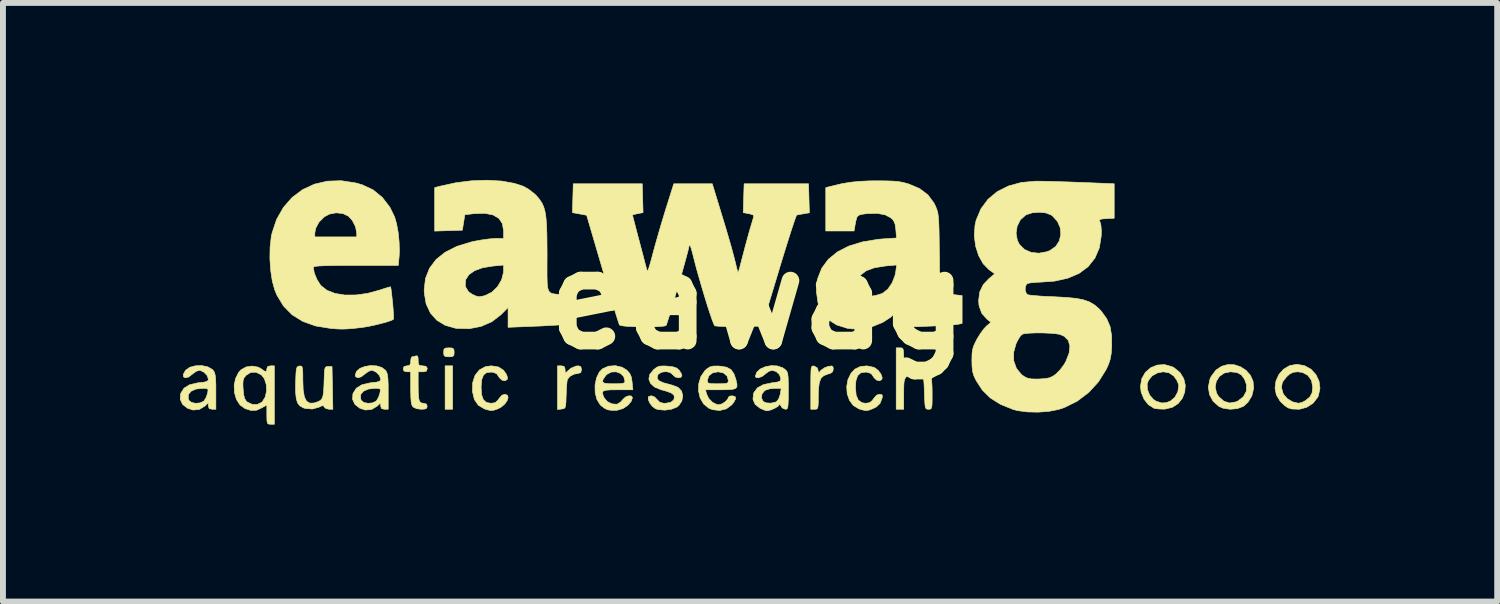
<source format=kicad_pcb>
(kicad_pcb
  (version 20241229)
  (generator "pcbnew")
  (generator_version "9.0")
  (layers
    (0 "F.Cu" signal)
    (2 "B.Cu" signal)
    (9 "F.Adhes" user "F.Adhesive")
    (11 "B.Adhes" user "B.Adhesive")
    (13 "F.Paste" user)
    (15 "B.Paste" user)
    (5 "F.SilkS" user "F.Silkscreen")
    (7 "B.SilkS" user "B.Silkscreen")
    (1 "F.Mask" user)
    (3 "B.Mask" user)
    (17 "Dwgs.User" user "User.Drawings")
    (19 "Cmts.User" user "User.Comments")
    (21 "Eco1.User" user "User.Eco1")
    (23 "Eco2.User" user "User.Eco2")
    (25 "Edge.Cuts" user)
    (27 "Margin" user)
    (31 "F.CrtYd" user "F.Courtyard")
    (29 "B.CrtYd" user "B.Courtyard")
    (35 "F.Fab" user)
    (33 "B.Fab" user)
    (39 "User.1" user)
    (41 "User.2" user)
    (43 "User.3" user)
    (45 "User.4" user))
  (footprint "eawag"
    (layer "F.Cu")
    (at 9.804 2.033)
    (property "Reference" "eawag" (at 0 0 0) (layer "F.SilkS") (effects (font (size 1.524 1.524) (thickness 0.3))))
    (attr through_hole)
    (fp_poly (pts (xy -5.182 1.854) (xy -5.309 1.854) (xy -5.309 1.118) (xy -5.182 1.118) (xy -5.182 1.854)) (stroke (width 0.01) (type solid)) (fill yes) (layer "F.SilkS"))
    (fp_poly (pts (xy -5.185 0.817) (xy -5.161 0.839) (xy -5.156 0.889) (xy -5.161 0.94) (xy -5.186 0.961) (xy -5.245 0.965) (xy -5.305 0.961) (xy -5.329 0.939) (xy -5.334 0.889) (xy -5.329 0.838) (xy -5.304 0.817) (xy -5.245 0.813) (xy -5.185 0.817)) (stroke (width 0.01) (type solid)) (fill yes) (layer "F.SilkS"))
    (fp_poly (pts (xy -3.293 1.127) (xy -3.277 1.165) (xy -3.276 1.187) (xy -3.272 1.233) (xy -3.259 1.234) (xy -3.244 1.217) (xy -3.175 1.158) (xy -3.088 1.122) (xy -3.05 1.118) (xy -3.009 1.132) (xy -2.997 1.181) (xy -3.009 1.231) (xy -3.047 1.245) (xy -3.127 1.26) (xy -3.196 1.298) (xy -3.237 1.349) (xy -3.239 1.357) (xy -3.245 1.406) (xy -3.252 1.49) (xy -3.256 1.594) (xy -3.258 1.626) (xy -3.261 1.73) (xy -3.267 1.794) (xy -3.278 1.829) (xy -3.299 1.844) (xy -3.333 1.849) (xy -3.334 1.85) (xy -3.404 1.858) (xy -3.404 1.118) (xy -3.34 1.118) (xy -3.293 1.127)) (stroke (width 0.01) (type solid)) (fill yes) (layer "F.SilkS"))
    (fp_poly (pts (xy 1.266 1.135) (xy 1.27 1.173) (xy 1.26 1.218) (xy 1.222 1.245) (xy 1.175 1.259) (xy 1.108 1.285) (xy 1.062 1.329) (xy 1.034 1.399) (xy 1.02 1.504) (xy 1.016 1.632) (xy 1.016 1.738) (xy 1.012 1.804) (xy 1.003 1.838) (xy 0.985 1.852) (xy 0.955 1.854) (xy 0.953 1.854) (xy 0.889 1.854) (xy 0.889 1.484) (xy 0.889 1.34) (xy 0.891 1.24) (xy 0.894 1.175) (xy 0.902 1.139) (xy 0.914 1.123) (xy 0.932 1.12) (xy 0.946 1.122) (xy 0.997 1.151) (xy 1.011 1.188) (xy 1.019 1.228) (xy 1.035 1.226) (xy 1.062 1.194) (xy 1.118 1.153) (xy 1.187 1.127) (xy 1.244 1.12) (xy 1.266 1.135)) (stroke (width 0.01) (type solid)) (fill yes) (layer "F.SilkS"))
    (fp_poly (pts (xy 8.07 1.1) (xy 8.174 1.135) (xy 8.267 1.195) (xy 8.34 1.277) (xy 8.385 1.379) (xy 8.396 1.495) (xy 8.366 1.623) (xy 8.36 1.636) (xy 8.299 1.735) (xy 8.225 1.803) (xy 8.12 1.843) (xy 7.997 1.854) (xy 7.878 1.836) (xy 7.809 1.807) (xy 7.708 1.718) (xy 7.647 1.604) (xy 7.628 1.479) (xy 7.744 1.479) (xy 7.767 1.58) (xy 7.801 1.637) (xy 7.89 1.717) (xy 7.988 1.748) (xy 8.096 1.729) (xy 8.128 1.715) (xy 8.222 1.642) (xy 8.272 1.548) (xy 8.275 1.439) (xy 8.242 1.346) (xy 8.188 1.271) (xy 8.113 1.231) (xy 8.004 1.219) (xy 8.001 1.219) (xy 7.895 1.241) (xy 7.814 1.299) (xy 7.762 1.382) (xy 7.744 1.479) (xy 7.628 1.479) (xy 7.628 1.477) (xy 7.654 1.346) (xy 7.676 1.298) (xy 7.756 1.191) (xy 7.853 1.125) (xy 7.96 1.096) (xy 8.07 1.1)) (stroke (width 0.01) (type solid)) (fill yes) (layer "F.SilkS"))
    (fp_poly (pts (xy -4.406 1.137) (xy -4.319 1.193) (xy -4.269 1.264) (xy -4.252 1.317) (xy -4.255 1.347) (xy -4.294 1.372) (xy -4.345 1.36) (xy -4.391 1.318) (xy -4.399 1.302) (xy -4.437 1.25) (xy -4.498 1.227) (xy -4.525 1.224) (xy -4.605 1.232) (xy -4.658 1.273) (xy -4.689 1.352) (xy -4.699 1.474) (xy -4.699 1.486) (xy -4.69 1.611) (xy -4.66 1.694) (xy -4.607 1.74) (xy -4.531 1.753) (xy -4.462 1.743) (xy -4.417 1.704) (xy -4.399 1.677) (xy -4.346 1.616) (xy -4.299 1.6) (xy -4.253 1.616) (xy -4.241 1.655) (xy -4.258 1.708) (xy -4.299 1.766) (xy -4.359 1.817) (xy -4.409 1.844) (xy -4.481 1.87) (xy -4.539 1.875) (xy -4.607 1.86) (xy -4.646 1.846) (xy -4.746 1.786) (xy -4.813 1.689) (xy -4.845 1.555) (xy -4.845 1.554) (xy -4.842 1.404) (xy -4.802 1.28) (xy -4.729 1.188) (xy -4.628 1.133) (xy -4.526 1.118) (xy -4.406 1.137)) (stroke (width 0.01) (type solid)) (fill yes) (layer "F.SilkS"))
    (fp_poly (pts (xy 1.952 1.142) (xy 1.978 1.154) (xy 2.033 1.197) (xy 2.077 1.256) (xy 2.099 1.315) (xy 2.094 1.348) (xy 2.055 1.372) (xy 2.005 1.36) (xy 1.96 1.318) (xy 1.951 1.302) (xy 1.913 1.25) (xy 1.853 1.228) (xy 1.824 1.224) (xy 1.74 1.234) (xy 1.684 1.283) (xy 1.653 1.373) (xy 1.646 1.488) (xy 1.658 1.615) (xy 1.694 1.699) (xy 1.755 1.743) (xy 1.818 1.753) (xy 1.887 1.743) (xy 1.932 1.705) (xy 1.951 1.677) (xy 2.006 1.614) (xy 2.054 1.6) (xy 2.095 1.607) (xy 2.103 1.636) (xy 2.096 1.67) (xy 2.062 1.756) (xy 2 1.814) (xy 1.938 1.845) (xy 1.868 1.871) (xy 1.811 1.875) (xy 1.744 1.86) (xy 1.703 1.846) (xy 1.61 1.79) (xy 1.544 1.701) (xy 1.506 1.591) (xy 1.498 1.47) (xy 1.519 1.351) (xy 1.572 1.243) (xy 1.639 1.173) (xy 1.731 1.129) (xy 1.842 1.119) (xy 1.952 1.142)) (stroke (width 0.01) (type solid)) (fill yes) (layer "F.SilkS"))
    (fp_poly (pts (xy 7.014 1.133) (xy 7.046 1.15) (xy 7.148 1.233) (xy 7.211 1.335) (xy 7.237 1.447) (xy 7.228 1.561) (xy 7.187 1.668) (xy 7.116 1.757) (xy 7.018 1.821) (xy 6.895 1.851) (xy 6.858 1.852) (xy 6.779 1.848) (xy 6.719 1.84) (xy 6.706 1.836) (xy 6.612 1.777) (xy 6.537 1.682) (xy 6.489 1.565) (xy 6.477 1.468) (xy 6.485 1.422) (xy 6.591 1.422) (xy 6.594 1.517) (xy 6.632 1.613) (xy 6.698 1.689) (xy 6.742 1.717) (xy 6.835 1.747) (xy 6.913 1.743) (xy 6.988 1.713) (xy 7.061 1.65) (xy 7.11 1.56) (xy 7.126 1.463) (xy 7.122 1.429) (xy 7.093 1.362) (xy 7.045 1.294) (xy 7.04 1.289) (xy 6.959 1.235) (xy 6.862 1.219) (xy 6.764 1.238) (xy 6.676 1.287) (xy 6.613 1.364) (xy 6.591 1.422) (xy 6.485 1.422) (xy 6.499 1.337) (xy 6.56 1.229) (xy 6.651 1.15) (xy 6.762 1.105) (xy 6.886 1.097) (xy 7.014 1.133)) (stroke (width 0.01) (type solid)) (fill yes) (layer "F.SilkS"))
    (fp_poly (pts (xy 9.258 1.115) (xy 9.368 1.176) (xy 9.452 1.267) (xy 9.504 1.378) (xy 9.52 1.501) (xy 9.492 1.627) (xy 9.481 1.65) (xy 9.404 1.75) (xy 9.296 1.82) (xy 9.171 1.854) (xy 9.041 1.849) (xy 8.978 1.83) (xy 8.93 1.798) (xy 8.87 1.744) (xy 8.844 1.716) (xy 8.78 1.609) (xy 8.758 1.492) (xy 8.76 1.483) (xy 8.866 1.483) (xy 8.894 1.583) (xy 8.904 1.603) (xy 8.966 1.675) (xy 9.056 1.729) (xy 9.154 1.752) (xy 9.157 1.752) (xy 9.216 1.738) (xy 9.272 1.709) (xy 9.348 1.646) (xy 9.386 1.577) (xy 9.397 1.483) (xy 9.397 1.478) (xy 9.376 1.365) (xy 9.316 1.28) (xy 9.224 1.23) (xy 9.143 1.219) (xy 9.066 1.227) (xy 9.004 1.258) (xy 8.951 1.306) (xy 8.884 1.394) (xy 8.866 1.483) (xy 8.76 1.483) (xy 8.774 1.374) (xy 8.824 1.265) (xy 8.902 1.176) (xy 9.005 1.115) (xy 9.128 1.092) (xy 9.258 1.115)) (stroke (width 0.01) (type solid)) (fill yes) (layer "F.SilkS"))
    (fp_poly (pts (xy -7.736 1.131) (xy -7.727 1.162) (xy -7.722 1.223) (xy -7.721 1.323) (xy -7.721 1.363) (xy -7.715 1.526) (xy -7.695 1.643) (xy -7.659 1.717) (xy -7.604 1.75) (xy -7.529 1.748) (xy -7.465 1.726) (xy -7.425 1.706) (xy -7.398 1.677) (xy -7.38 1.631) (xy -7.369 1.558) (xy -7.363 1.449) (xy -7.36 1.359) (xy -7.356 1.251) (xy -7.351 1.183) (xy -7.341 1.148) (xy -7.323 1.133) (xy -7.294 1.13) (xy -7.29 1.13) (xy -7.226 1.13) (xy -7.212 1.854) (xy -7.277 1.854) (xy -7.331 1.841) (xy -7.357 1.817) (xy -7.372 1.794) (xy -7.403 1.797) (xy -7.443 1.817) (xy -7.559 1.85) (xy -7.68 1.84) (xy -7.714 1.829) (xy -7.77 1.797) (xy -7.809 1.749) (xy -7.832 1.677) (xy -7.843 1.572) (xy -7.844 1.426) (xy -7.843 1.406) (xy -7.839 1.285) (xy -7.834 1.205) (xy -7.826 1.158) (xy -7.813 1.134) (xy -7.792 1.124) (xy -7.779 1.122) (xy -7.753 1.121) (xy -7.736 1.131)) (stroke (width 0.01) (type solid)) (fill yes) (layer "F.SilkS"))
    (fp_poly (pts (xy -5.767 0.983) (xy -5.766 1.026) (xy -5.762 1.087) (xy -5.742 1.112) (xy -5.692 1.118) (xy -5.69 1.118) (xy -5.634 1.126) (xy -5.614 1.155) (xy -5.613 1.168) (xy -5.625 1.206) (xy -5.67 1.219) (xy -5.69 1.219) (xy -5.766 1.219) (xy -5.766 1.446) (xy -5.764 1.576) (xy -5.758 1.664) (xy -5.744 1.717) (xy -5.72 1.744) (xy -5.684 1.752) (xy -5.674 1.753) (xy -5.626 1.766) (xy -5.613 1.803) (xy -5.622 1.837) (xy -5.657 1.851) (xy -5.713 1.854) (xy -5.792 1.844) (xy -5.849 1.818) (xy -5.853 1.814) (xy -5.872 1.784) (xy -5.884 1.733) (xy -5.89 1.652) (xy -5.893 1.53) (xy -5.893 1.497) (xy -5.893 1.219) (xy -5.956 1.219) (xy -6.006 1.207) (xy -6.02 1.168) (xy -6.005 1.129) (xy -5.956 1.118) (xy -5.911 1.109) (xy -5.894 1.075) (xy -5.893 1.041) (xy -5.886 0.988) (xy -5.87 0.965) (xy -5.869 0.965) (xy -5.827 0.957) (xy -5.806 0.95) (xy -5.779 0.949) (xy -5.767 0.983)) (stroke (width 0.01) (type solid)) (fill yes) (layer "F.SilkS"))
    (fp_poly (pts (xy 2.432 0.815) (xy 2.45 0.828) (xy 2.46 0.863) (xy 2.463 0.929) (xy 2.464 1.02) (xy 2.464 1.121) (xy 2.468 1.18) (xy 2.476 1.203) (xy 2.492 1.2) (xy 2.511 1.184) (xy 2.593 1.138) (xy 2.69 1.122) (xy 2.788 1.136) (xy 2.87 1.176) (xy 2.918 1.235) (xy 2.93 1.286) (xy 2.939 1.374) (xy 2.945 1.485) (xy 2.946 1.576) (xy 2.946 1.698) (xy 2.944 1.777) (xy 2.937 1.824) (xy 2.925 1.847) (xy 2.905 1.854) (xy 2.885 1.854) (xy 2.858 1.852) (xy 2.841 1.841) (xy 2.829 1.812) (xy 2.823 1.755) (xy 2.818 1.663) (xy 2.815 1.573) (xy 2.81 1.446) (xy 2.804 1.361) (xy 2.793 1.307) (xy 2.777 1.274) (xy 2.757 1.255) (xy 2.674 1.222) (xy 2.588 1.237) (xy 2.526 1.282) (xy 2.498 1.314) (xy 2.479 1.349) (xy 2.469 1.4) (xy 2.465 1.478) (xy 2.464 1.594) (xy 2.464 1.854) (xy 2.337 1.854) (xy 2.337 0.813) (xy 2.4 0.813) (xy 2.432 0.815)) (stroke (width 0.01) (type solid)) (fill yes) (layer "F.SilkS"))
    (fp_poly (pts (xy -8.204 2.108) (xy -8.268 2.108) (xy -8.302 2.105) (xy -8.321 2.089) (xy -8.329 2.048) (xy -8.331 1.97) (xy -8.331 1.943) (xy -8.331 1.779) (xy -8.414 1.829) (xy -8.507 1.871) (xy -8.6 1.874) (xy -8.701 1.842) (xy -8.786 1.781) (xy -8.846 1.688) (xy -8.879 1.574) (xy -8.885 1.451) (xy -8.881 1.43) (xy -8.737 1.43) (xy -8.733 1.513) (xy -8.723 1.612) (xy -8.707 1.674) (xy -8.68 1.716) (xy -8.664 1.731) (xy -8.581 1.771) (xy -8.492 1.772) (xy -8.416 1.735) (xy -8.409 1.729) (xy -8.358 1.647) (xy -8.335 1.542) (xy -8.341 1.433) (xy -8.373 1.335) (xy -8.424 1.271) (xy -8.515 1.226) (xy -8.604 1.229) (xy -8.683 1.279) (xy -8.685 1.281) (xy -8.717 1.321) (xy -8.733 1.365) (xy -8.737 1.43) (xy -8.881 1.43) (xy -8.861 1.332) (xy -8.808 1.228) (xy -8.768 1.185) (xy -8.682 1.137) (xy -8.578 1.122) (xy -8.478 1.14) (xy -8.432 1.165) (xy -8.373 1.206) (xy -8.343 1.215) (xy -8.332 1.192) (xy -8.331 1.168) (xy -8.316 1.129) (xy -8.268 1.118) (xy -8.204 1.118) (xy -8.204 2.108)) (stroke (width 0.01) (type solid)) (fill yes) (layer "F.SilkS"))
    (fp_poly (pts (xy -1.54 1.123) (xy -1.445 1.135) (xy -1.384 1.156) (xy -1.343 1.192) (xy -1.342 1.192) (xy -1.308 1.246) (xy -1.295 1.286) (xy -1.314 1.314) (xy -1.359 1.32) (xy -1.409 1.306) (xy -1.447 1.272) (xy -1.448 1.27) (xy -1.494 1.231) (xy -1.564 1.216) (xy -1.637 1.225) (xy -1.693 1.257) (xy -1.703 1.272) (xy -1.716 1.325) (xy -1.69 1.367) (xy -1.62 1.402) (xy -1.542 1.423) (xy -1.455 1.447) (xy -1.382 1.474) (xy -1.356 1.487) (xy -1.3 1.548) (xy -1.281 1.629) (xy -1.297 1.714) (xy -1.347 1.789) (xy -1.378 1.815) (xy -1.471 1.853) (xy -1.585 1.869) (xy -1.695 1.86) (xy -1.743 1.845) (xy -1.795 1.806) (xy -1.839 1.75) (xy -1.865 1.691) (xy -1.865 1.647) (xy -1.861 1.64) (xy -1.814 1.625) (xy -1.758 1.646) (xy -1.717 1.689) (xy -1.672 1.735) (xy -1.608 1.752) (xy -1.579 1.753) (xy -1.486 1.738) (xy -1.434 1.696) (xy -1.422 1.645) (xy -1.435 1.609) (xy -1.477 1.578) (xy -1.557 1.548) (xy -1.646 1.524) (xy -1.757 1.479) (xy -1.827 1.416) (xy -1.856 1.341) (xy -1.839 1.261) (xy -1.774 1.182) (xy -1.773 1.181) (xy -1.721 1.142) (xy -1.67 1.123) (xy -1.603 1.12) (xy -1.54 1.123)) (stroke (width 0.01) (type solid)) (fill yes) (layer "F.SilkS"))
    (fp_poly (pts (xy -2.309 1.142) (xy -2.232 1.189) (xy -2.18 1.246) (xy -2.152 1.311) (xy -2.14 1.392) (xy -2.127 1.524) (xy -2.384 1.524) (xy -2.508 1.525) (xy -2.588 1.532) (xy -2.631 1.547) (xy -2.642 1.576) (xy -2.63 1.622) (xy -2.613 1.661) (xy -2.561 1.723) (xy -2.484 1.762) (xy -2.404 1.769) (xy -2.389 1.766) (xy -2.335 1.732) (xy -2.295 1.687) (xy -2.253 1.648) (xy -2.201 1.627) (xy -2.156 1.628) (xy -2.134 1.654) (xy -2.134 1.658) (xy -2.155 1.72) (xy -2.21 1.785) (xy -2.284 1.836) (xy -2.301 1.844) (xy -2.397 1.872) (xy -2.499 1.871) (xy -2.556 1.862) (xy -2.607 1.837) (xy -2.668 1.79) (xy -2.681 1.777) (xy -2.737 1.686) (xy -2.766 1.571) (xy -2.768 1.446) (xy -2.756 1.388) (xy -2.64 1.388) (xy -2.611 1.411) (xy -2.539 1.421) (xy -2.451 1.422) (xy -2.353 1.421) (xy -2.295 1.415) (xy -2.268 1.402) (xy -2.261 1.379) (xy -2.261 1.377) (xy -2.282 1.3) (xy -2.336 1.246) (xy -2.411 1.219) (xy -2.491 1.223) (xy -2.565 1.261) (xy -2.589 1.286) (xy -2.632 1.348) (xy -2.64 1.388) (xy -2.756 1.388) (xy -2.744 1.326) (xy -2.696 1.225) (xy -2.642 1.169) (xy -2.54 1.124) (xy -2.423 1.115) (xy -2.309 1.142)) (stroke (width 0.01) (type solid)) (fill yes) (layer "F.SilkS"))
    (fp_poly (pts (xy -0.65 1.123) (xy -0.539 1.141) (xy -0.463 1.182) (xy -0.412 1.256) (xy -0.38 1.351) (xy -0.363 1.424) (xy -0.363 1.473) (xy -0.387 1.502) (xy -0.443 1.518) (xy -0.537 1.523) (xy -0.637 1.524) (xy -0.895 1.524) (xy -0.878 1.594) (xy -0.84 1.672) (xy -0.776 1.737) (xy -0.701 1.774) (xy -0.672 1.778) (xy -0.613 1.762) (xy -0.554 1.722) (xy -0.515 1.675) (xy -0.508 1.651) (xy -0.486 1.632) (xy -0.445 1.626) (xy -0.393 1.639) (xy -0.385 1.678) (xy -0.42 1.741) (xy -0.452 1.78) (xy -0.543 1.847) (xy -0.656 1.875) (xy -0.776 1.861) (xy -0.838 1.837) (xy -0.927 1.764) (xy -0.986 1.663) (xy -1.014 1.543) (xy -1.01 1.419) (xy -0.993 1.363) (xy -0.864 1.363) (xy -0.86 1.394) (xy -0.844 1.412) (xy -0.802 1.42) (xy -0.725 1.422) (xy -0.686 1.422) (xy -0.593 1.421) (xy -0.539 1.415) (xy -0.515 1.401) (xy -0.508 1.376) (xy -0.508 1.367) (xy -0.53 1.291) (xy -0.591 1.239) (xy -0.681 1.219) (xy -0.681 1.219) (xy -0.774 1.237) (xy -0.838 1.286) (xy -0.863 1.357) (xy -0.864 1.363) (xy -0.993 1.363) (xy -0.974 1.3) (xy -0.905 1.199) (xy -0.873 1.17) (xy -0.822 1.137) (xy -0.766 1.122) (xy -0.686 1.121) (xy -0.65 1.123)) (stroke (width 0.01) (type solid)) (fill yes) (layer "F.SilkS"))
    (fp_poly (pts (xy -6.469 1.119) (xy -6.381 1.146) (xy -6.319 1.195) (xy -6.299 1.227) (xy -6.286 1.273) (xy -6.278 1.343) (xy -6.274 1.446) (xy -6.274 1.552) (xy -6.274 1.854) (xy -6.337 1.854) (xy -6.386 1.843) (xy -6.401 1.802) (xy -6.401 1.799) (xy -6.401 1.744) (xy -6.459 1.799) (xy -6.554 1.857) (xy -6.661 1.867) (xy -6.756 1.836) (xy -6.838 1.771) (xy -6.878 1.686) (xy -6.877 1.674) (xy -6.742 1.674) (xy -6.729 1.706) (xy -6.685 1.74) (xy -6.615 1.753) (xy -6.54 1.746) (xy -6.48 1.717) (xy -6.471 1.708) (xy -6.438 1.652) (xy -6.414 1.581) (xy -6.406 1.528) (xy -6.418 1.505) (xy -6.463 1.499) (xy -6.499 1.499) (xy -6.613 1.512) (xy -6.695 1.549) (xy -6.74 1.604) (xy -6.742 1.674) (xy -6.877 1.674) (xy -6.872 1.591) (xy -6.869 1.584) (xy -6.814 1.497) (xy -6.72 1.439) (xy -6.584 1.407) (xy -6.557 1.404) (xy -6.469 1.394) (xy -6.421 1.38) (xy -6.403 1.358) (xy -6.401 1.343) (xy -6.422 1.282) (xy -6.474 1.227) (xy -6.537 1.196) (xy -6.554 1.194) (xy -6.607 1.211) (xy -6.665 1.253) (xy -6.67 1.257) (xy -6.732 1.304) (xy -6.787 1.32) (xy -6.824 1.304) (xy -6.833 1.274) (xy -6.81 1.21) (xy -6.75 1.16) (xy -6.666 1.128) (xy -6.568 1.113) (xy -6.469 1.119)) (stroke (width 0.01) (type solid)) (fill yes) (layer "F.SilkS"))
    (fp_poly (pts (xy -9.33 1.136) (xy -9.252 1.182) (xy -9.24 1.195) (xy -9.22 1.227) (xy -9.207 1.273) (xy -9.199 1.343) (xy -9.195 1.446) (xy -9.195 1.552) (xy -9.195 1.854) (xy -9.258 1.854) (xy -9.307 1.843) (xy -9.322 1.802) (xy -9.322 1.799) (xy -9.322 1.744) (xy -9.38 1.799) (xy -9.475 1.857) (xy -9.582 1.867) (xy -9.677 1.836) (xy -9.759 1.771) (xy -9.799 1.686) (xy -9.798 1.674) (xy -9.663 1.674) (xy -9.65 1.706) (xy -9.606 1.74) (xy -9.536 1.753) (xy -9.461 1.746) (xy -9.401 1.717) (xy -9.392 1.708) (xy -9.359 1.652) (xy -9.335 1.581) (xy -9.327 1.528) (xy -9.339 1.505) (xy -9.384 1.499) (xy -9.42 1.499) (xy -9.534 1.512) (xy -9.616 1.549) (xy -9.661 1.604) (xy -9.663 1.674) (xy -9.798 1.674) (xy -9.793 1.591) (xy -9.79 1.584) (xy -9.735 1.497) (xy -9.641 1.439) (xy -9.505 1.407) (xy -9.478 1.404) (xy -9.39 1.394) (xy -9.342 1.38) (xy -9.324 1.358) (xy -9.322 1.343) (xy -9.343 1.282) (xy -9.395 1.227) (xy -9.458 1.196) (xy -9.475 1.194) (xy -9.528 1.211) (xy -9.586 1.253) (xy -9.591 1.257) (xy -9.657 1.307) (xy -9.711 1.321) (xy -9.744 1.305) (xy -9.747 1.262) (xy -9.71 1.197) (xy -9.708 1.194) (xy -9.638 1.143) (xy -9.54 1.117) (xy -9.431 1.114) (xy -9.33 1.136)) (stroke (width 0.01) (type solid)) (fill yes) (layer "F.SilkS"))
    (fp_poly (pts (xy 0.32 1.119) (xy 0.411 1.15) (xy 0.441 1.17) (xy 0.469 1.194) (xy 0.488 1.22) (xy 0.499 1.257) (xy 0.505 1.316) (xy 0.508 1.407) (xy 0.508 1.538) (xy 0.508 1.539) (xy 0.508 1.67) (xy 0.505 1.759) (xy 0.5 1.813) (xy 0.49 1.842) (xy 0.474 1.853) (xy 0.456 1.854) (xy 0.406 1.832) (xy 0.382 1.797) (xy 0.364 1.766) (xy 0.357 1.773) (xy 0.335 1.802) (xy 0.282 1.835) (xy 0.216 1.864) (xy 0.157 1.879) (xy 0.147 1.88) (xy 0.104 1.869) (xy 0.041 1.842) (xy 0.027 1.835) (xy -0.055 1.77) (xy -0.091 1.685) (xy -0.089 1.663) (xy 0.053 1.663) (xy 0.081 1.722) (xy 0.135 1.746) (xy 0.21 1.751) (xy 0.284 1.736) (xy 0.313 1.721) (xy 0.346 1.676) (xy 0.37 1.606) (xy 0.372 1.594) (xy 0.388 1.499) (xy 0.276 1.499) (xy 0.192 1.508) (xy 0.122 1.53) (xy 0.107 1.538) (xy 0.062 1.594) (xy 0.053 1.663) (xy -0.089 1.663) (xy -0.081 1.588) (xy -0.075 1.572) (xy -0.016 1.492) (xy 0.084 1.437) (xy 0.229 1.406) (xy 0.244 1.404) (xy 0.324 1.393) (xy 0.365 1.378) (xy 0.38 1.352) (xy 0.381 1.334) (xy 0.358 1.266) (xy 0.302 1.214) (xy 0.232 1.194) (xy 0.176 1.212) (xy 0.119 1.255) (xy 0.117 1.257) (xy 0.066 1.296) (xy 0.011 1.318) (xy -0.034 1.32) (xy -0.051 1.297) (xy -0.028 1.228) (xy 0.032 1.172) (xy 0.119 1.133) (xy 0.218 1.115) (xy 0.32 1.119)) (stroke (width 0.01) (type solid)) (fill yes) (layer "F.SilkS"))
    (fp_poly (pts (xy -6.824 -1.982) (xy -6.712 -1.95) (xy -6.529 -1.864) (xy -6.372 -1.735) (xy -6.244 -1.568) (xy -6.165 -1.405) (xy -6.132 -1.29) (xy -6.105 -1.144) (xy -6.089 -0.984) (xy -6.084 -0.83) (xy -6.088 -0.743) (xy -6.103 -0.584) (xy -6.823 -0.584) (xy -7.043 -0.584) (xy -7.217 -0.582) (xy -7.349 -0.579) (xy -7.443 -0.575) (xy -7.503 -0.569) (xy -7.536 -0.561) (xy -7.544 -0.552) (xy -7.527 -0.456) (xy -7.483 -0.349) (xy -7.423 -0.253) (xy -7.413 -0.241) (xy -7.312 -0.162) (xy -7.175 -0.109) (xy -7.009 -0.082) (xy -6.823 -0.083) (xy -6.624 -0.11) (xy -6.425 -0.164) (xy -6.337 -0.193) (xy -6.27 -0.213) (xy -6.236 -0.222) (xy -6.234 -0.221) (xy -6.227 -0.19) (xy -6.218 -0.122) (xy -6.208 -0.03) (xy -6.197 0.072) (xy -6.189 0.173) (xy -6.183 0.257) (xy -6.182 0.313) (xy -6.183 0.327) (xy -6.215 0.346) (xy -6.285 0.37) (xy -6.38 0.397) (xy -6.489 0.424) (xy -6.6 0.448) (xy -6.7 0.465) (xy -6.731 0.469) (xy -6.866 0.484) (xy -6.966 0.492) (xy -7.048 0.495) (xy -7.127 0.493) (xy -7.219 0.486) (xy -7.253 0.483) (xy -7.505 0.442) (xy -7.721 0.365) (xy -7.902 0.253) (xy -8.048 0.105) (xy -8.16 -0.08) (xy -8.198 -0.172) (xy -8.239 -0.321) (xy -8.266 -0.502) (xy -8.279 -0.698) (xy -8.276 -0.893) (xy -8.256 -1.069) (xy -8.244 -1.128) (xy -8.243 -1.132) (xy -7.518 -1.132) (xy -7.518 -1.067) (xy -6.807 -1.067) (xy -6.807 -1.131) (xy -6.828 -1.241) (xy -6.883 -1.348) (xy -6.947 -1.418) (xy -7.043 -1.464) (xy -7.158 -1.476) (xy -7.273 -1.453) (xy -7.357 -1.408) (xy -7.448 -1.317) (xy -7.504 -1.212) (xy -7.518 -1.132) (xy -8.243 -1.132) (xy -8.166 -1.363) (xy -8.05 -1.567) (xy -7.902 -1.736) (xy -7.726 -1.868) (xy -7.526 -1.961) (xy -7.306 -2.012) (xy -7.071 -2.02) (xy -6.824 -1.982)) (stroke (width 0.01) (type solid)) (fill yes) (layer "F.SilkS"))
    (fp_poly (pts (xy -4.352 -2.014) (xy -4.135 -1.975) (xy -3.982 -1.925) (xy -3.894 -1.875) (xy -3.803 -1.805) (xy -3.761 -1.765) (xy -3.711 -1.706) (xy -3.67 -1.646) (xy -3.639 -1.579) (xy -3.616 -1.498) (xy -3.6 -1.397) (xy -3.59 -1.269) (xy -3.584 -1.108) (xy -3.582 -0.906) (xy -3.581 -0.759) (xy -3.582 -0.561) (xy -3.582 -0.408) (xy -3.579 -0.294) (xy -3.572 -0.213) (xy -3.557 -0.159) (xy -3.533 -0.126) (xy -3.498 -0.108) (xy -3.449 -0.099) (xy -3.385 -0.093) (xy -3.334 -0.088) (xy -3.175 -0.071) (xy -3.175 0.4) (xy -3.27 0.415) (xy -3.327 0.421) (xy -3.424 0.428) (xy -3.551 0.435) (xy -3.695 0.443) (xy -3.804 0.447) (xy -4.242 0.465) (xy -4.242 0.129) (xy -4.364 0.252) (xy -4.517 0.37) (xy -4.698 0.449) (xy -4.898 0.488) (xy -5.11 0.483) (xy -5.134 0.48) (xy -5.308 0.431) (xy -5.451 0.344) (xy -5.559 0.222) (xy -5.631 0.067) (xy -5.662 -0.116) (xy -5.664 -0.167) (xy -5.655 -0.248) (xy -4.968 -0.248) (xy -4.962 -0.219) (xy -4.914 -0.139) (xy -4.851 -0.095) (xy -4.783 -0.064) (xy -4.733 -0.053) (xy -4.675 -0.062) (xy -4.625 -0.076) (xy -4.514 -0.132) (xy -4.419 -0.225) (xy -4.351 -0.342) (xy -4.319 -0.469) (xy -4.318 -0.498) (xy -4.318 -0.591) (xy -4.502 -0.573) (xy -4.674 -0.545) (xy -4.81 -0.495) (xy -4.906 -0.428) (xy -4.96 -0.344) (xy -4.968 -0.248) (xy -5.655 -0.248) (xy -5.642 -0.363) (xy -5.574 -0.535) (xy -5.463 -0.684) (xy -5.307 -0.808) (xy -5.109 -0.908) (xy -4.869 -0.981) (xy -4.817 -0.993) (xy -4.696 -1.015) (xy -4.575 -1.032) (xy -4.476 -1.04) (xy -4.451 -1.041) (xy -4.318 -1.041) (xy -4.318 -1.17) (xy -4.338 -1.292) (xy -4.398 -1.382) (xy -4.497 -1.44) (xy -4.635 -1.467) (xy -4.813 -1.462) (xy -4.825 -1.461) (xy -4.975 -1.443) (xy -4.996 -1.312) (xy -5.017 -1.181) (xy -5.486 -1.166) (xy -5.486 -1.903) (xy -5.391 -1.928) (xy -5.125 -1.986) (xy -4.857 -2.019) (xy -4.596 -2.028) (xy -4.352 -2.014)) (stroke (width 0.01) (type solid)) (fill yes) (layer "F.SilkS"))
    (fp_poly (pts (xy 2.164 -2.017) (xy 2.282 -2.013) (xy 2.376 -2.005) (xy 2.456 -1.99) (xy 2.537 -1.968) (xy 2.553 -1.963) (xy 2.734 -1.886) (xy 2.874 -1.78) (xy 2.976 -1.643) (xy 3 -1.595) (xy 3.018 -1.552) (xy 3.033 -1.51) (xy 3.044 -1.463) (xy 3.052 -1.403) (xy 3.058 -1.323) (xy 3.062 -1.216) (xy 3.065 -1.076) (xy 3.067 -0.895) (xy 3.069 -0.795) (xy 3.071 -0.591) (xy 3.072 -0.433) (xy 3.076 -0.313) (xy 3.083 -0.227) (xy 3.097 -0.168) (xy 3.118 -0.132) (xy 3.148 -0.111) (xy 3.19 -0.101) (xy 3.246 -0.095) (xy 3.308 -0.089) (xy 3.454 -0.073) (xy 3.454 0.4) (xy 3.382 0.414) (xy 3.334 0.42) (xy 3.245 0.427) (xy 3.124 0.434) (xy 2.983 0.442) (xy 2.862 0.447) (xy 2.413 0.465) (xy 2.413 0.09) (xy 2.352 0.179) (xy 2.249 0.29) (xy 2.109 0.381) (xy 1.945 0.448) (xy 1.769 0.486) (xy 1.593 0.492) (xy 1.507 0.481) (xy 1.328 0.425) (xy 1.184 0.334) (xy 1.079 0.209) (xy 1.012 0.052) (xy 0.985 -0.135) (xy 0.984 -0.172) (xy 0.995 -0.265) (xy 1.676 -0.265) (xy 1.699 -0.183) (xy 1.759 -0.11) (xy 1.829 -0.068) (xy 1.893 -0.061) (xy 1.981 -0.073) (xy 2.072 -0.099) (xy 2.114 -0.117) (xy 2.197 -0.184) (xy 2.267 -0.287) (xy 2.315 -0.408) (xy 2.328 -0.468) (xy 2.345 -0.592) (xy 2.147 -0.574) (xy 1.965 -0.544) (xy 1.827 -0.493) (xy 1.733 -0.42) (xy 1.684 -0.327) (xy 1.676 -0.265) (xy 0.995 -0.265) (xy 1.008 -0.367) (xy 1.076 -0.539) (xy 1.187 -0.688) (xy 1.34 -0.813) (xy 1.533 -0.912) (xy 1.764 -0.983) (xy 2.033 -1.027) (xy 2.117 -1.034) (xy 2.342 -1.049) (xy 2.331 -1.189) (xy 2.318 -1.283) (xy 2.292 -1.344) (xy 2.253 -1.386) (xy 2.152 -1.441) (xy 2.013 -1.467) (xy 1.839 -1.462) (xy 1.829 -1.461) (xy 1.746 -1.449) (xy 1.696 -1.432) (xy 1.668 -1.396) (xy 1.651 -1.329) (xy 1.639 -1.264) (xy 1.623 -1.168) (xy 1.383 -1.168) (xy 1.143 -1.168) (xy 1.143 -1.903) (xy 1.238 -1.927) (xy 1.405 -1.967) (xy 1.556 -1.993) (xy 1.71 -2.009) (xy 1.886 -2.017) (xy 2.007 -2.018) (xy 2.164 -2.017)) (stroke (width 0.01) (type solid)) (fill yes) (layer "F.SilkS"))
    (fp_poly (pts (xy -1.961 -1.724) (xy -1.954 -1.479) (xy -2.044 -1.462) (xy -2.103 -1.449) (xy -2.133 -1.439) (xy -2.134 -1.438) (xy -2.127 -1.412) (xy -2.11 -1.345) (xy -2.084 -1.246) (xy -2.052 -1.122) (xy -2.023 -1.014) (xy -1.985 -0.87) (xy -1.95 -0.738) (xy -1.922 -0.628) (xy -1.901 -0.55) (xy -1.894 -0.521) (xy -1.885 -0.497) (xy -1.874 -0.498) (xy -1.859 -0.531) (xy -1.837 -0.601) (xy -1.806 -0.712) (xy -1.79 -0.775) (xy -1.751 -0.918) (xy -1.702 -1.091) (xy -1.648 -1.277) (xy -1.593 -1.458) (xy -1.569 -1.537) (xy -1.433 -1.968) (xy -0.781 -1.968) (xy -0.608 -1.401) (xy -0.555 -1.227) (xy -0.505 -1.057) (xy -0.46 -0.901) (xy -0.424 -0.769) (xy -0.399 -0.672) (xy -0.392 -0.644) (xy -0.371 -0.556) (xy -0.354 -0.491) (xy -0.343 -0.463) (xy -0.342 -0.462) (xy -0.333 -0.489) (xy -0.314 -0.554) (xy -0.289 -0.65) (xy -0.259 -0.766) (xy -0.256 -0.775) (xy -0.221 -0.912) (xy -0.183 -1.05) (xy -0.15 -1.17) (xy -0.128 -1.245) (xy -0.102 -1.33) (xy -0.083 -1.396) (xy -0.076 -1.428) (xy -0.098 -1.444) (xy -0.153 -1.46) (xy -0.166 -1.462) (xy -0.256 -1.479) (xy -0.241 -1.968) (xy 0.851 -1.968) (xy 0.858 -1.722) (xy 0.865 -1.476) (xy 0.769 -1.46) (xy 0.701 -1.448) (xy 0.656 -1.439) (xy 0.651 -1.438) (xy 0.639 -1.414) (xy 0.614 -1.346) (xy 0.578 -1.239) (xy 0.533 -1.1) (xy 0.481 -0.934) (xy 0.422 -0.745) (xy 0.359 -0.539) (xy 0.346 -0.494) (xy 0.062 0.445) (xy -0.329 0.452) (xy -0.465 0.453) (xy -0.584 0.451) (xy -0.675 0.447) (xy -0.73 0.441) (xy -0.741 0.437) (xy -0.758 0.403) (xy -0.786 0.329) (xy -0.823 0.221) (xy -0.866 0.089) (xy -0.912 -0.061) (xy -0.959 -0.219) (xy -1.005 -0.378) (xy -1.048 -0.529) (xy -1.079 -0.648) (xy -1.112 -0.779) (xy -1.136 -0.867) (xy -1.153 -0.915) (xy -1.164 -0.93) (xy -1.173 -0.917) (xy -1.181 -0.881) (xy -1.182 -0.876) (xy -1.194 -0.825) (xy -1.218 -0.736) (xy -1.25 -0.618) (xy -1.289 -0.478) (xy -1.333 -0.326) (xy -1.379 -0.168) (xy -1.424 -0.014) (xy -1.467 0.13) (xy -1.504 0.254) (xy -1.535 0.352) (xy -1.555 0.414) (xy -1.563 0.433) (xy -1.594 0.444) (xy -1.665 0.451) (xy -1.765 0.456) (xy -1.882 0.458) (xy -2.006 0.458) (xy -2.126 0.454) (xy -2.231 0.448) (xy -2.309 0.439) (xy -2.35 0.428) (xy -2.354 0.425) (xy -2.365 0.395) (xy -2.389 0.321) (xy -2.424 0.209) (xy -2.467 0.065) (xy -2.519 -0.105) (xy -2.575 -0.296) (xy -2.636 -0.502) (xy -2.642 -0.521) (xy -2.91 -1.435) (xy -3.031 -1.457) (xy -3.151 -1.479) (xy -3.144 -1.724) (xy -3.137 -1.968) (xy -1.968 -1.968) (xy -1.961 -1.724)) (stroke (width 0.01) (type solid)) (fill yes) (layer "F.SilkS"))
    (fp_poly (pts (xy 4.794 -2.011) (xy 4.923 -2.009) (xy 5.081 -2.004) (xy 5.255 -1.999) (xy 5.435 -1.992) (xy 5.474 -1.991) (xy 6.032 -1.968) (xy 6.032 -1.384) (xy 5.899 -1.377) (xy 5.822 -1.371) (xy 5.787 -1.361) (xy 5.782 -1.342) (xy 5.794 -1.316) (xy 5.807 -1.263) (xy 5.814 -1.175) (xy 5.812 -1.083) (xy 5.78 -0.882) (xy 5.705 -0.708) (xy 5.591 -0.564) (xy 5.438 -0.45) (xy 5.247 -0.368) (xy 5.021 -0.318) (xy 4.802 -0.302) (xy 4.699 -0.297) (xy 4.614 -0.289) (xy 4.561 -0.277) (xy 4.553 -0.273) (xy 4.526 -0.226) (xy 4.523 -0.162) (xy 4.543 -0.107) (xy 4.566 -0.088) (xy 4.605 -0.08) (xy 4.686 -0.072) (xy 4.798 -0.063) (xy 4.932 -0.056) (xy 5.029 -0.052) (xy 5.23 -0.041) (xy 5.389 -0.025) (xy 5.515 0.000041) (xy 5.615 0.036) (xy 5.698 0.085) (xy 5.774 0.15) (xy 5.816 0.196) (xy 5.905 0.319) (xy 5.962 0.452) (xy 5.988 0.607) (xy 5.99 0.787) (xy 5.981 0.911) (xy 5.964 1.006) (xy 5.935 1.094) (xy 5.896 1.179) (xy 5.766 1.388) (xy 5.599 1.57) (xy 5.403 1.718) (xy 5.186 1.825) (xy 5.086 1.858) (xy 4.923 1.89) (xy 4.741 1.903) (xy 4.558 1.899) (xy 4.393 1.877) (xy 4.318 1.857) (xy 4.105 1.771) (xy 3.933 1.663) (xy 3.796 1.528) (xy 3.691 1.366) (xy 3.653 1.286) (xy 3.631 1.211) (xy 3.622 1.121) (xy 3.62 1.029) (xy 3.622 0.919) (xy 3.626 0.89) (xy 4.327 0.89) (xy 4.329 1.033) (xy 4.374 1.16) (xy 4.458 1.264) (xy 4.507 1.3) (xy 4.563 1.327) (xy 4.631 1.34) (xy 4.727 1.342) (xy 4.767 1.341) (xy 4.87 1.333) (xy 4.941 1.319) (xy 4.998 1.291) (xy 5.046 1.256) (xy 5.114 1.188) (xy 5.181 1.098) (xy 5.213 1.042) (xy 5.268 0.902) (xy 5.281 0.782) (xy 5.253 0.686) (xy 5.185 0.617) (xy 5.111 0.585) (xy 5.04 0.573) (xy 4.939 0.565) (xy 4.822 0.56) (xy 4.703 0.56) (xy 4.595 0.564) (xy 4.513 0.572) (xy 4.472 0.583) (xy 4.437 0.619) (xy 4.396 0.686) (xy 4.369 0.741) (xy 4.327 0.89) (xy 3.626 0.89) (xy 3.632 0.839) (xy 3.655 0.768) (xy 3.696 0.685) (xy 3.706 0.665) (xy 3.762 0.574) (xy 3.821 0.493) (xy 3.868 0.443) (xy 3.942 0.38) (xy 3.876 0.327) (xy 3.787 0.227) (xy 3.741 0.099) (xy 3.734 0.013) (xy 3.753 -0.136) (xy 3.814 -0.26) (xy 3.906 -0.357) (xy 4.007 -0.442) (xy 3.911 -0.511) (xy 3.811 -0.613) (xy 3.734 -0.75) (xy 3.683 -0.911) (xy 3.661 -1.084) (xy 3.664 -1.13) (xy 4.369 -1.13) (xy 4.39 -1.01) (xy 4.427 -0.937) (xy 4.512 -0.854) (xy 4.625 -0.805) (xy 4.755 -0.791) (xy 4.891 -0.816) (xy 4.942 -0.836) (xy 5.04 -0.904) (xy 5.101 -0.999) (xy 5.127 -1.109) (xy 5.117 -1.223) (xy 5.07 -1.331) (xy 4.986 -1.423) (xy 4.962 -1.44) (xy 4.874 -1.474) (xy 4.761 -1.485) (xy 4.644 -1.476) (xy 4.544 -1.444) (xy 4.528 -1.435) (xy 4.441 -1.356) (xy 4.387 -1.25) (xy 4.369 -1.13) (xy 3.664 -1.13) (xy 3.672 -1.259) (xy 3.692 -1.351) (xy 3.773 -1.543) (xy 3.893 -1.705) (xy 4.049 -1.835) (xy 4.238 -1.93) (xy 4.457 -1.99) (xy 4.703 -2.012) (xy 4.794 -2.011)) (stroke (width 0.01) (type solid)) (fill yes) (layer "F.SilkS")))
  (gr_rect
    (start -3 -3)
    (end 22.328 7.147)
    (stroke (width 0.1) (type default))
    (fill no)
    (layer "Edge.Cuts")))
</source>
